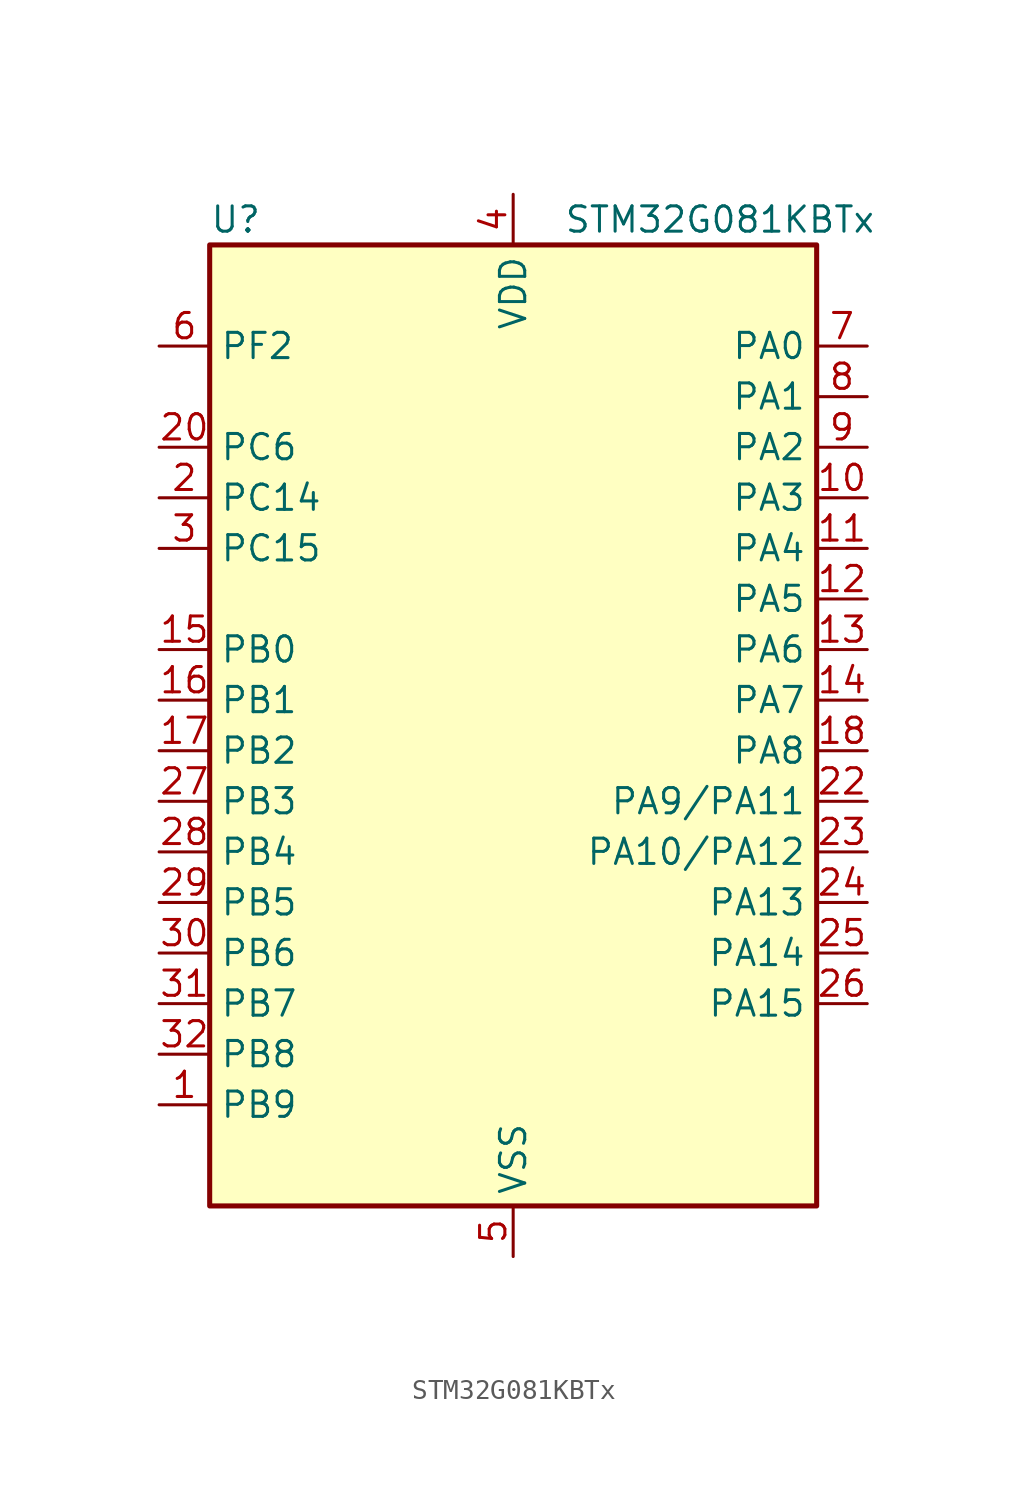
<source format=kicad_sym>
(kicad_symbol_lib
  (version 20231120)
  (generator "kicad-library-utils")
  (generator_version "8.0")
  (symbol "STM32G081KBTx"
    (property "Reference" "U"
      (at -15.24 26.67 0)
      (effects (font (size 1.27 1.27)) (justify left)))
    (property "Value" "STM32G081KBTx"
      (at 2.54 26.67 0)
      (effects (font (size 1.27 1.27)) (justify left)))
    (symbol "STM32G081KBTx_0_1"
      (rectangle (start -15.24 -22.86) (end 15.24 25.4) (stroke (width 0.254) (type default)) (fill (type background))))
    (symbol "STM32G081KBTx_1_1"
      (pin bidirectional line (at -17.78 -17.78 0) (length 2.54) (name "PB9" (effects (font (size 1.27 1.27)))) (number "1" (effects (font (size 1.27 1.27)))) (alternate "DAC1_EXTI9" bidirectional line) (alternate "I2C1_SDA" bidirectional line) (alternate "IR_OUT" bidirectional line) (alternate "SPI2_NSS" bidirectional line) (alternate "TIM17_CH1" bidirectional line) (alternate "USART3_RX" bidirectional line))
      (pin bidirectional line (at 17.78 12.7 180) (length 2.54) (name "PA3" (effects (font (size 1.27 1.27)))) (number "10" (effects (font (size 1.27 1.27)))) (alternate "ADC1_IN3" bidirectional line) (alternate "COMP2_INP" bidirectional line) (alternate "LPUART1_RX" bidirectional line) (alternate "SPI2_MISO" bidirectional line) (alternate "TIM15_CH2" bidirectional line) (alternate "TIM2_CH4" bidirectional line) (alternate "USART2_RX" bidirectional line))
      (pin bidirectional line (at 17.78 10.16 180) (length 2.54) (name "PA4" (effects (font (size 1.27 1.27)))) (number "11" (effects (font (size 1.27 1.27)))) (alternate "ADC1_IN4" bidirectional line) (alternate "DAC1_OUT1" bidirectional line) (alternate "I2S1_WS" bidirectional line) (alternate "LPTIM2_OUT" bidirectional line) (alternate "RTC_OUT_ALARM" bidirectional line) (alternate "RTC_OUT_CALIB" bidirectional line) (alternate "RTC_TAMP_IN1" bidirectional line) (alternate "RTC_TS" bidirectional line) (alternate "SPI1_NSS" bidirectional line) (alternate "SPI2_MOSI" bidirectional line) (alternate "SYS_WKUP2" bidirectional line) (alternate "TIM14_CH1" bidirectional line))
      (pin bidirectional line (at 17.78 7.62 180) (length 2.54) (name "PA5" (effects (font (size 1.27 1.27)))) (number "12" (effects (font (size 1.27 1.27)))) (alternate "ADC1_IN5" bidirectional line) (alternate "CEC" bidirectional line) (alternate "DAC1_OUT2" bidirectional line) (alternate "I2S1_CK" bidirectional line) (alternate "LPTIM2_ETR" bidirectional line) (alternate "SPI1_SCK" bidirectional line) (alternate "TIM2_CH1" bidirectional line) (alternate "TIM2_ETR" bidirectional line) (alternate "UCPD1_FRSTX1" bidirectional line) (alternate "UCPD1_FRSTX2" bidirectional line) (alternate "USART3_TX" bidirectional line))
      (pin bidirectional line (at 17.78 5.08 180) (length 2.54) (name "PA6" (effects (font (size 1.27 1.27)))) (number "13" (effects (font (size 1.27 1.27)))) (alternate "ADC1_IN6" bidirectional line) (alternate "COMP1_OUT" bidirectional line) (alternate "I2S1_MCK" bidirectional line) (alternate "LPUART1_CTS" bidirectional line) (alternate "SPI1_MISO" bidirectional line) (alternate "TIM16_CH1" bidirectional line) (alternate "TIM1_BK" bidirectional line) (alternate "TIM3_CH1" bidirectional line) (alternate "USART3_CTS" bidirectional line) (alternate "USART3_NSS" bidirectional line))
      (pin bidirectional line (at 17.78 2.54 180) (length 2.54) (name "PA7" (effects (font (size 1.27 1.27)))) (number "14" (effects (font (size 1.27 1.27)))) (alternate "ADC1_IN7" bidirectional line) (alternate "COMP2_OUT" bidirectional line) (alternate "I2S1_SD" bidirectional line) (alternate "SPI1_MOSI" bidirectional line) (alternate "TIM14_CH1" bidirectional line) (alternate "TIM17_CH1" bidirectional line) (alternate "TIM1_CH1N" bidirectional line) (alternate "TIM3_CH2" bidirectional line) (alternate "UCPD1_FRSTX1" bidirectional line) (alternate "UCPD1_FRSTX2" bidirectional line))
      (pin bidirectional line (at -17.78 5.08 0) (length 2.54) (name "PB0" (effects (font (size 1.27 1.27)))) (number "15" (effects (font (size 1.27 1.27)))) (alternate "ADC1_IN8" bidirectional line) (alternate "COMP1_OUT" bidirectional line) (alternate "I2S1_WS" bidirectional line) (alternate "LPTIM1_OUT" bidirectional line) (alternate "SPI1_NSS" bidirectional line) (alternate "TIM1_CH2N" bidirectional line) (alternate "TIM3_CH3" bidirectional line) (alternate "UCPD1_FRSTX1" bidirectional line) (alternate "UCPD1_FRSTX2" bidirectional line) (alternate "USART3_RX" bidirectional line))
      (pin bidirectional line (at -17.78 2.54 0) (length 2.54) (name "PB1" (effects (font (size 1.27 1.27)))) (number "16" (effects (font (size 1.27 1.27)))) (alternate "ADC1_IN9" bidirectional line) (alternate "COMP1_INM" bidirectional line) (alternate "LPTIM2_IN1" bidirectional line) (alternate "LPUART1_DE" bidirectional line) (alternate "LPUART1_RTS" bidirectional line) (alternate "TIM14_CH1" bidirectional line) (alternate "TIM1_CH3N" bidirectional line) (alternate "TIM3_CH4" bidirectional line) (alternate "USART3_CK" bidirectional line) (alternate "USART3_DE" bidirectional line) (alternate "USART3_RTS" bidirectional line))
      (pin bidirectional line (at -17.78 0 0) (length 2.54) (name "PB2" (effects (font (size 1.27 1.27)))) (number "17" (effects (font (size 1.27 1.27)))) (alternate "ADC1_IN10" bidirectional line) (alternate "COMP1_INP" bidirectional line) (alternate "LPTIM1_OUT" bidirectional line) (alternate "SPI2_MISO" bidirectional line) (alternate "USART3_TX" bidirectional line))
      (pin bidirectional line (at 17.78 0 180) (length 2.54) (name "PA8" (effects (font (size 1.27 1.27)))) (number "18" (effects (font (size 1.27 1.27)))) (alternate "LPTIM2_OUT" bidirectional line) (alternate "RCC_MCO" bidirectional line) (alternate "SPI2_NSS" bidirectional line) (alternate "TIM1_CH1" bidirectional line) (alternate "UCPD1_CC1" bidirectional line))
      (pin no_connect line (at -15.24 -22.86 0) (length 2.54) hide (name "NC/PA9" (effects (font (size 1.27 1.27)))) (number "19" (effects (font (size 1.27 1.27)))) (alternate "NC" bidirectional line) (alternate "PA9" bidirectional line) (alternate "DAC1_EXTI9 (PA9)" bidirectional line) (alternate "I2C1_SCL (PA9)" bidirectional line) (alternate "RCC_MCO (PA9)" bidirectional line) (alternate "SPI2_MISO (PA9)" bidirectional line) (alternate "TIM15_BK (PA9)" bidirectional line) (alternate "TIM1_CH2 (PA9)" bidirectional line) (alternate "UCPD1_DBCC1 (PA9)" bidirectional line) (alternate "USART1_TX (PA9)" bidirectional line))
      (pin bidirectional line (at -17.78 12.7 0) (length 2.54) (name "PC14" (effects (font (size 1.27 1.27)))) (number "2" (effects (font (size 1.27 1.27)))) (alternate "RCC_OSC32_IN" bidirectional line) (alternate "RCC_OSC_IN" bidirectional line) (alternate "TIM1_BK2" bidirectional line))
      (pin bidirectional line (at -17.78 15.24 0) (length 2.54) (name "PC6" (effects (font (size 1.27 1.27)))) (number "20" (effects (font (size 1.27 1.27)))) (alternate "TIM2_CH3" bidirectional line) (alternate "TIM3_CH1" bidirectional line) (alternate "UCPD1_FRSTX1" bidirectional line) (alternate "UCPD1_FRSTX2" bidirectional line))
      (pin no_connect line (at -15.24 -20.32 0) (length 2.54) hide (name "NC/PA10" (effects (font (size 1.27 1.27)))) (number "21" (effects (font (size 1.27 1.27)))) (alternate "NC" bidirectional line) (alternate "PA10" bidirectional line) (alternate "I2C1_SDA (PA10)" bidirectional line) (alternate "SPI2_MOSI (PA10)" bidirectional line) (alternate "TIM17_BK (PA10)" bidirectional line) (alternate "TIM1_CH3 (PA10)" bidirectional line) (alternate "UCPD1_DBCC2 (PA10)" bidirectional line) (alternate "USART1_RX (PA10)" bidirectional line))
      (pin bidirectional line (at 17.78 -2.54 180) (length 2.54) (name "PA9/PA11" (effects (font (size 1.27 1.27)))) (number "22" (effects (font (size 1.27 1.27)))) (alternate "PA9" bidirectional line) (alternate "DAC1_EXTI9 (PA9)" bidirectional line) (alternate "I2C1_SCL (PA9)" bidirectional line) (alternate "RCC_MCO (PA9)" bidirectional line) (alternate "SPI2_MISO (PA9)" bidirectional line) (alternate "TIM15_BK (PA9)" bidirectional line) (alternate "TIM1_CH2 (PA9)" bidirectional line) (alternate "USART1_TX (PA9)" bidirectional line) (alternate "PA11" bidirectional line) (alternate "ADC1_EXTI11 (PA11)" bidirectional line) (alternate "COMP1_OUT (PA11)" bidirectional line) (alternate "I2C2_SCL (PA11)" bidirectional line) (alternate "I2S1_MCK (PA11)" bidirectional line) (alternate "SPI1_MISO (PA11)" bidirectional line) (alternate "TIM1_BK2 (PA11)" bidirectional line) (alternate "TIM1_CH4 (PA11)" bidirectional line) (alternate "USART1_CTS (PA11)" bidirectional line) (alternate "USART1_NSS (PA11)" bidirectional line))
      (pin bidirectional line (at 17.78 -5.08 180) (length 2.54) (name "PA10/PA12" (effects (font (size 1.27 1.27)))) (number "23" (effects (font (size 1.27 1.27)))) (alternate "PA10" bidirectional line) (alternate "I2C1_SDA (PA10)" bidirectional line) (alternate "SPI2_MOSI (PA10)" bidirectional line) (alternate "TIM17_BK (PA10)" bidirectional line) (alternate "TIM1_CH3 (PA10)" bidirectional line) (alternate "USART1_RX (PA10)" bidirectional line) (alternate "PA12" bidirectional line) (alternate "COMP2_OUT (PA12)" bidirectional line) (alternate "I2C2_SDA (PA12)" bidirectional line) (alternate "I2S1_SD (PA12)" bidirectional line) (alternate "I2S_CKIN (PA12)" bidirectional line) (alternate "SPI1_MOSI (PA12)" bidirectional line) (alternate "TIM1_ETR (PA12)" bidirectional line) (alternate "USART1_CK (PA12)" bidirectional line) (alternate "USART1_DE (PA12)" bidirectional line) (alternate "USART1_RTS (PA12)" bidirectional line))
      (pin bidirectional line (at 17.78 -7.62 180) (length 2.54) (name "PA13" (effects (font (size 1.27 1.27)))) (number "24" (effects (font (size 1.27 1.27)))) (alternate "IR_OUT" bidirectional line) (alternate "SYS_SWDIO" bidirectional line))
      (pin bidirectional line (at 17.78 -10.16 180) (length 2.54) (name "PA14" (effects (font (size 1.27 1.27)))) (number "25" (effects (font (size 1.27 1.27)))) (alternate "SYS_SWCLK" bidirectional line) (alternate "USART2_TX" bidirectional line))
      (pin bidirectional line (at 17.78 -12.7 180) (length 2.54) (name "PA15" (effects (font (size 1.27 1.27)))) (number "26" (effects (font (size 1.27 1.27)))) (alternate "I2S1_WS" bidirectional line) (alternate "SPI1_NSS" bidirectional line) (alternate "TIM2_CH1" bidirectional line) (alternate "TIM2_ETR" bidirectional line) (alternate "USART2_RX" bidirectional line) (alternate "USART3_CK" bidirectional line) (alternate "USART3_DE" bidirectional line) (alternate "USART3_RTS" bidirectional line) (alternate "USART4_CK" bidirectional line) (alternate "USART4_DE" bidirectional line) (alternate "USART4_RTS" bidirectional line))
      (pin bidirectional line (at -17.78 -2.54 0) (length 2.54) (name "PB3" (effects (font (size 1.27 1.27)))) (number "27" (effects (font (size 1.27 1.27)))) (alternate "COMP2_INM" bidirectional line) (alternate "I2S1_CK" bidirectional line) (alternate "SPI1_SCK" bidirectional line) (alternate "TIM1_CH2" bidirectional line) (alternate "TIM2_CH2" bidirectional line) (alternate "USART1_CK" bidirectional line) (alternate "USART1_DE" bidirectional line) (alternate "USART1_RTS" bidirectional line))
      (pin bidirectional line (at -17.78 -5.08 0) (length 2.54) (name "PB4" (effects (font (size 1.27 1.27)))) (number "28" (effects (font (size 1.27 1.27)))) (alternate "COMP2_INP" bidirectional line) (alternate "I2S1_MCK" bidirectional line) (alternate "SPI1_MISO" bidirectional line) (alternate "TIM17_BK" bidirectional line) (alternate "TIM3_CH1" bidirectional line) (alternate "USART1_CTS" bidirectional line) (alternate "USART1_NSS" bidirectional line))
      (pin bidirectional line (at -17.78 -7.62 0) (length 2.54) (name "PB5" (effects (font (size 1.27 1.27)))) (number "29" (effects (font (size 1.27 1.27)))) (alternate "COMP2_OUT" bidirectional line) (alternate "I2C1_SMBA" bidirectional line) (alternate "I2S1_SD" bidirectional line) (alternate "LPTIM1_IN1" bidirectional line) (alternate "SPI1_MOSI" bidirectional line) (alternate "SYS_WKUP6" bidirectional line) (alternate "TIM16_BK" bidirectional line) (alternate "TIM3_CH2" bidirectional line))
      (pin bidirectional line (at -17.78 10.16 0) (length 2.54) (name "PC15" (effects (font (size 1.27 1.27)))) (number "3" (effects (font (size 1.27 1.27)))) (alternate "RCC_OSC32_EN" bidirectional line) (alternate "RCC_OSC32_OUT" bidirectional line) (alternate "RCC_OSC_EN" bidirectional line) (alternate "TIM15_BK" bidirectional line))
      (pin bidirectional line (at -17.78 -10.16 0) (length 2.54) (name "PB6" (effects (font (size 1.27 1.27)))) (number "30" (effects (font (size 1.27 1.27)))) (alternate "COMP2_INP" bidirectional line) (alternate "I2C1_SCL" bidirectional line) (alternate "LPTIM1_ETR" bidirectional line) (alternate "SPI2_MISO" bidirectional line) (alternate "TIM16_CH1N" bidirectional line) (alternate "TIM1_CH3" bidirectional line) (alternate "USART1_TX" bidirectional line))
      (pin bidirectional line (at -17.78 -12.7 0) (length 2.54) (name "PB7" (effects (font (size 1.27 1.27)))) (number "31" (effects (font (size 1.27 1.27)))) (alternate "COMP2_INM" bidirectional line) (alternate "I2C1_SDA" bidirectional line) (alternate "LPTIM1_IN2" bidirectional line) (alternate "SPI2_MOSI" bidirectional line) (alternate "SYS_PVD_IN" bidirectional line) (alternate "TIM17_CH1N" bidirectional line) (alternate "USART1_RX" bidirectional line) (alternate "USART4_CTS" bidirectional line) (alternate "USART4_NSS" bidirectional line))
      (pin bidirectional line (at -17.78 -15.24 0) (length 2.54) (name "PB8" (effects (font (size 1.27 1.27)))) (number "32" (effects (font (size 1.27 1.27)))) (alternate "CEC" bidirectional line) (alternate "I2C1_SCL" bidirectional line) (alternate "SPI2_SCK" bidirectional line) (alternate "TIM15_BK" bidirectional line) (alternate "TIM16_CH1" bidirectional line) (alternate "USART3_TX" bidirectional line))
      (pin power_in line (at 0 27.94 270) (length 2.54) (name "VDD" (effects (font (size 1.27 1.27)))) (number "4" (effects (font (size 1.27 1.27)))))
      (pin power_in line (at 0 -25.4 90) (length 2.54) (name "VSS" (effects (font (size 1.27 1.27)))) (number "5" (effects (font (size 1.27 1.27)))))
      (pin bidirectional line (at -17.78 20.32 0) (length 2.54) (name "PF2" (effects (font (size 1.27 1.27)))) (number "6" (effects (font (size 1.27 1.27)))) (alternate "RCC_MCO" bidirectional line))
      (pin bidirectional line (at 17.78 20.32 180) (length 2.54) (name "PA0" (effects (font (size 1.27 1.27)))) (number "7" (effects (font (size 1.27 1.27)))) (alternate "ADC1_IN0" bidirectional line) (alternate "COMP1_INM" bidirectional line) (alternate "COMP1_OUT" bidirectional line) (alternate "LPTIM1_OUT" bidirectional line) (alternate "RTC_TAMP_IN2" bidirectional line) (alternate "SPI2_SCK" bidirectional line) (alternate "SYS_WKUP1" bidirectional line) (alternate "TIM2_CH1" bidirectional line) (alternate "TIM2_ETR" bidirectional line) (alternate "USART2_CTS" bidirectional line) (alternate "USART2_NSS" bidirectional line) (alternate "USART4_TX" bidirectional line))
      (pin bidirectional line (at 17.78 17.78 180) (length 2.54) (name "PA1" (effects (font (size 1.27 1.27)))) (number "8" (effects (font (size 1.27 1.27)))) (alternate "ADC1_IN1" bidirectional line) (alternate "COMP1_INP" bidirectional line) (alternate "I2C1_SMBA" bidirectional line) (alternate "I2S1_CK" bidirectional line) (alternate "SPI1_SCK" bidirectional line) (alternate "TIM15_CH1N" bidirectional line) (alternate "TIM2_CH2" bidirectional line) (alternate "USART2_CK" bidirectional line) (alternate "USART2_DE" bidirectional line) (alternate "USART2_RTS" bidirectional line) (alternate "USART4_RX" bidirectional line))
      (pin bidirectional line (at 17.78 15.24 180) (length 2.54) (name "PA2" (effects (font (size 1.27 1.27)))) (number "9" (effects (font (size 1.27 1.27)))) (alternate "ADC1_IN2" bidirectional line) (alternate "COMP2_INM" bidirectional line) (alternate "COMP2_OUT" bidirectional line) (alternate "I2S1_SD" bidirectional line) (alternate "LPUART1_TX" bidirectional line) (alternate "RCC_LSCO" bidirectional line) (alternate "SPI1_MOSI" bidirectional line) (alternate "SYS_WKUP4" bidirectional line) (alternate "TIM15_CH1" bidirectional line) (alternate "TIM2_CH3" bidirectional line) (alternate "UCPD1_FRSTX1" bidirectional line) (alternate "UCPD1_FRSTX2" bidirectional line) (alternate "USART2_TX" bidirectional line)))))
</source>
